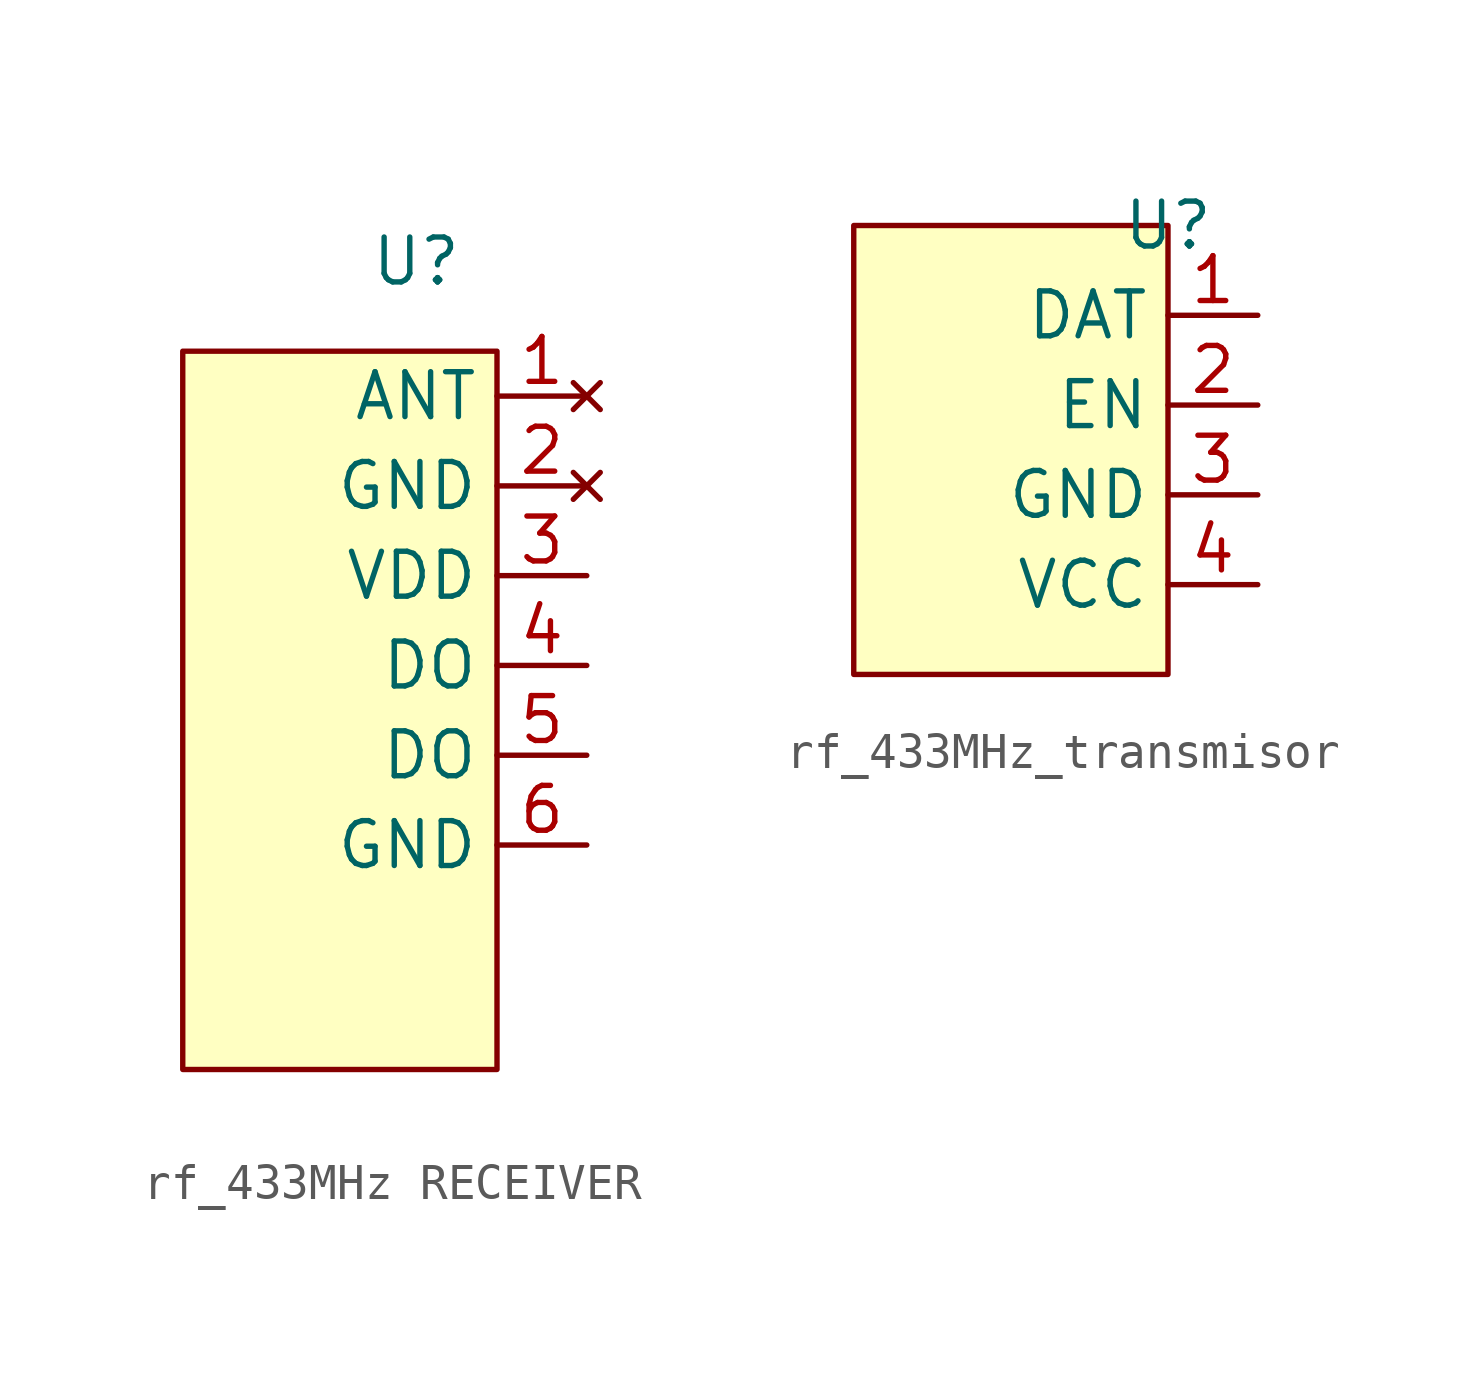
<source format=kicad_sym>
(kicad_symbol_lib
  (version 20241209)
  (generator "kicad_symbol_editor")
  (generator_version "9.0")
  (symbol "rf_433MHz RECEIVER"
    (property "Reference" "U"
      (at -2.286 2.54 0)
      (effects (font (size 1.27 1.27))))
    (property "Value" ""
      (at 0 0 0)
      (effects (font (size 1.27 1.27))))
    (symbol "rf_433MHz RECEIVER_1_1"
      (rectangle (start -8.89 0) (end 0 -20.32) (stroke (width 0) (type solid)) (fill (type background)))
      (pin no_connect line (at 2.54 -1.27 180) (length 2.54) (name "ANT" (effects (font (size 1.27 1.27)))) (number "1" (effects (font (size 1.27 1.27)))))
      (pin no_connect line (at 2.54 -3.81 180) (length 2.54) (name "GND" (effects (font (size 1.27 1.27)))) (number "2" (effects (font (size 1.27 1.27)))))
      (pin input line (at 2.54 -6.35 180) (length 2.54) (name "VDD" (effects (font (size 1.27 1.27)))) (number "3" (effects (font (size 1.27 1.27)))))
      (pin output line (at 2.54 -8.89 180) (length 2.54) (name "DO" (effects (font (size 1.27 1.27)))) (number "4" (effects (font (size 1.27 1.27)))))
      (pin output line (at 2.54 -11.43 180) (length 2.54) (name "DO" (effects (font (size 1.27 1.27)))) (number "5" (effects (font (size 1.27 1.27)))))
      (pin input line (at 2.54 -13.97 180) (length 2.54) (name "GND" (effects (font (size 1.27 1.27)))) (number "6" (effects (font (size 1.27 1.27)))))))
  (symbol "rf_433MHz_transmisor"
    (property "Reference" "U"
      (at 0 0 0)
      (effects (font (size 1.27 1.27))))
    (property "Value" ""
      (at 0 0 0)
      (effects (font (size 1.27 1.27))))
    (symbol "rf_433MHz_transmisor_1_1"
      (rectangle (start -8.89 0) (end 0 -12.7) (stroke (width 0) (type solid)) (fill (type background)))
      (pin input line (at 2.54 -2.54 180) (length 2.54) (name "DAT" (effects (font (size 1.27 1.27)))) (number "1" (effects (font (size 1.27 1.27)))))
      (pin input line (at 2.54 -5.08 180) (length 2.54) (name "EN" (effects (font (size 1.27 1.27)))) (number "2" (effects (font (size 1.27 1.27)))))
      (pin input line (at 2.54 -7.62 180) (length 2.54) (name "GND" (effects (font (size 1.27 1.27)))) (number "3" (effects (font (size 1.27 1.27)))))
      (pin input line (at 2.54 -10.16 180) (length 2.54) (name "VCC" (effects (font (size 1.27 1.27)))) (number "4" (effects (font (size 1.27 1.27))))))))
</source>
